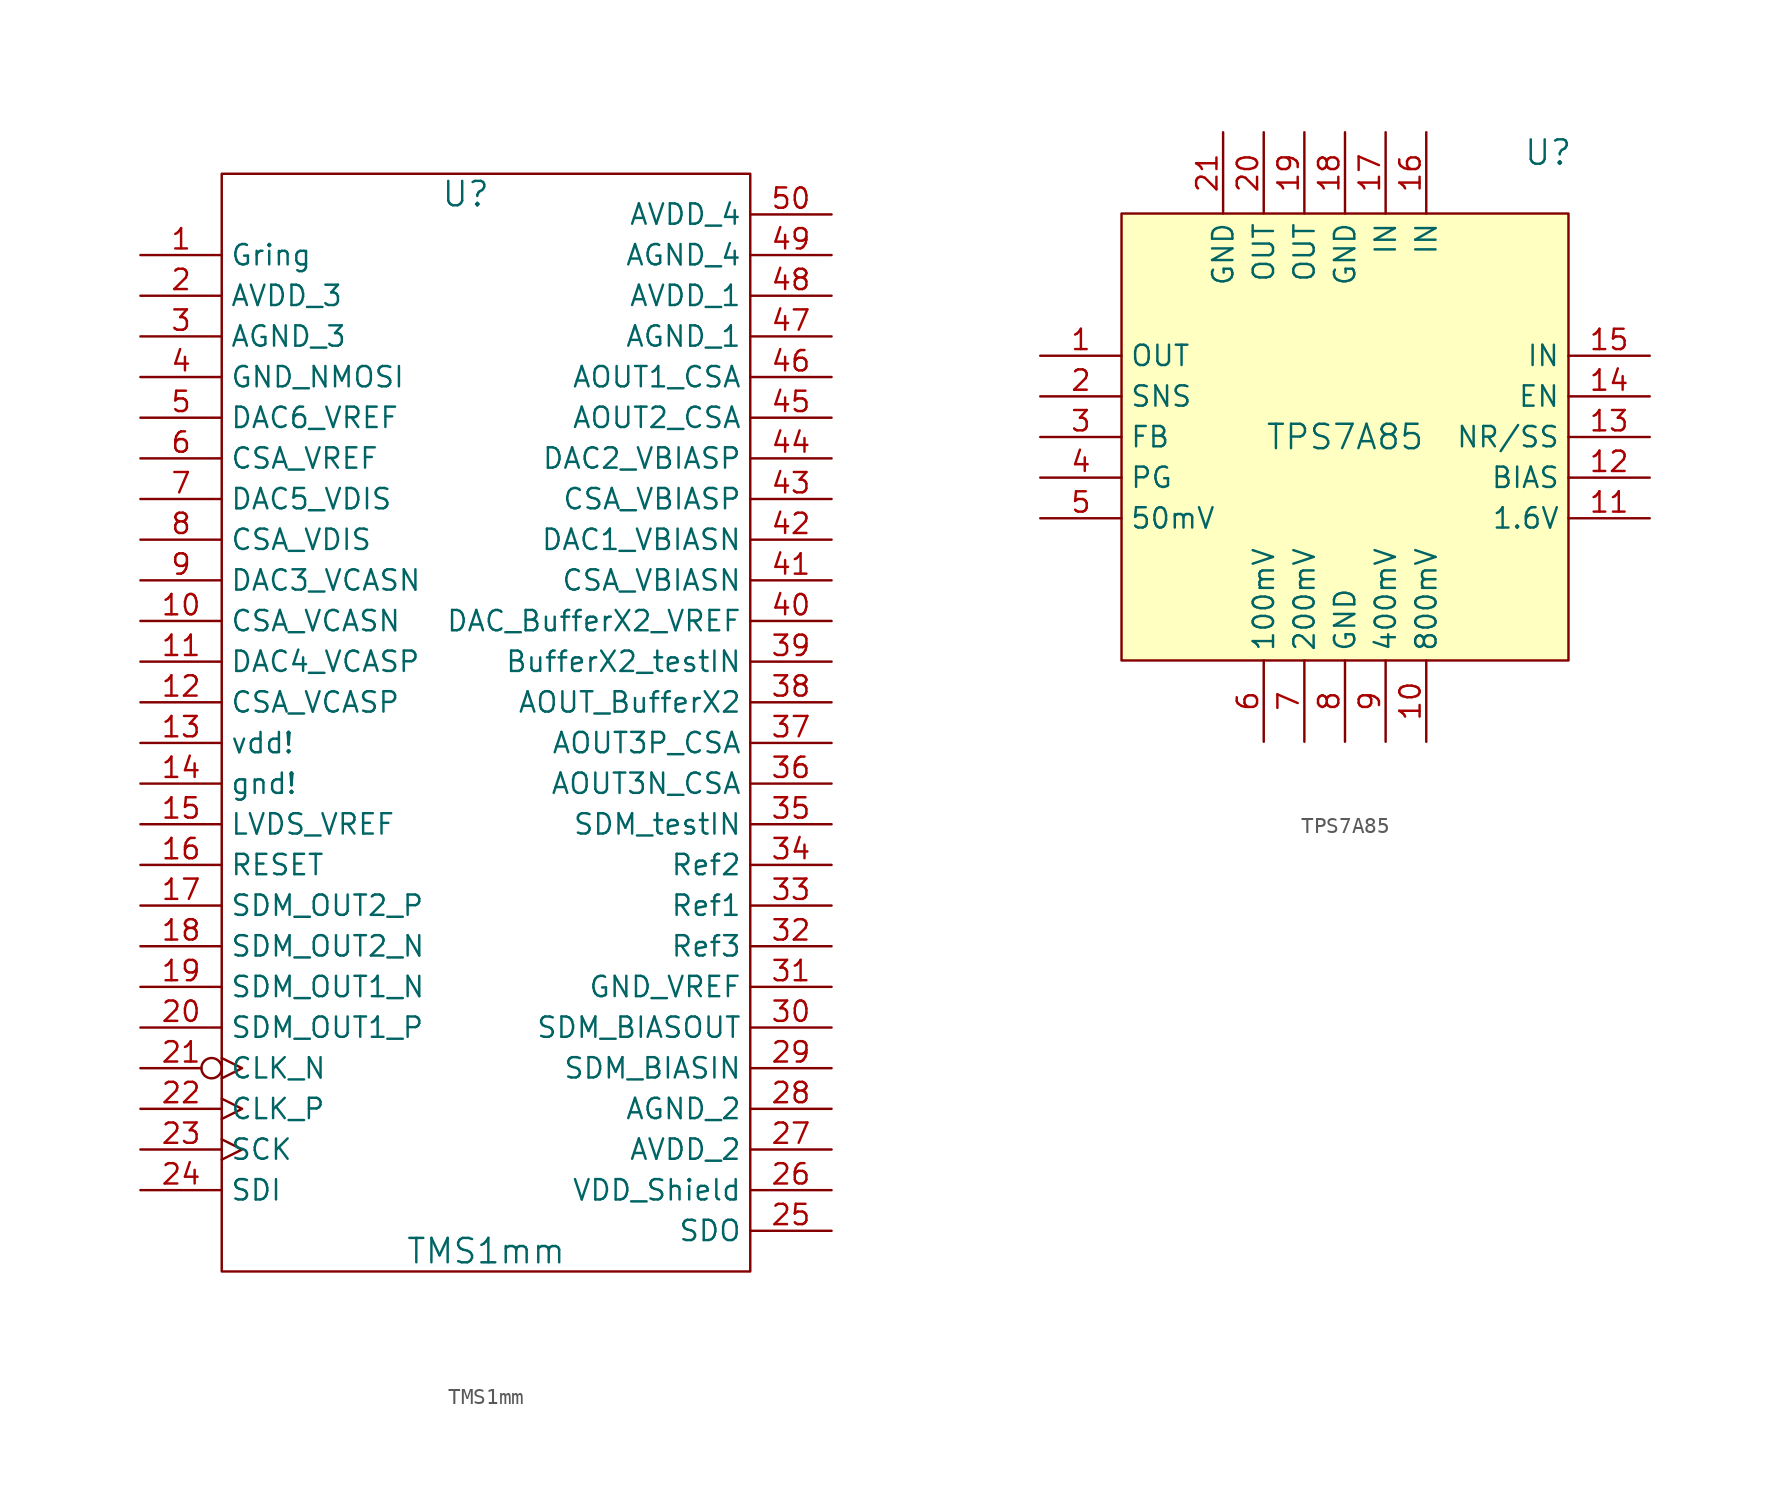
<source format=kicad_sym>
(kicad_symbol_lib
  (version 20241209)
  (generator "kicad_symbol_editor")
  (generator_version "9.0")
  (symbol "TMS1mm"
    (property "Reference" "U"
      (at -1.27 33.02 0)
      (effects (font (size 1.524 1.524))))
    (property "Value" "TMS1mm"
      (at 0 -33.02 0)
      (effects (font (size 1.524 1.524))))
    (property "Footprint" ""
      (at 0 0 0)
      (effects (font (size 1.524 1.524))))
    (property "Datasheet" ""
      (at 0 0 0)
      (effects (font (size 1.524 1.524))))
    (symbol "TMS1mm_1_1"
      (rectangle (start -16.51 34.29) (end 16.51 -34.29) (stroke (width 0) (type default)) (fill (type none)))
      (pin input line (at -21.59 29.21 0) (length 5.08) (name "Gring" (effects (font (size 1.27 1.27)))) (number "1" (effects (font (size 1.27 1.27)))))
      (pin power_in line (at -21.59 26.67 0) (length 5.08) (name "AVDD_3" (effects (font (size 1.27 1.27)))) (number "2" (effects (font (size 1.27 1.27)))))
      (pin power_in line (at -21.59 24.13 0) (length 5.08) (name "AGND_3" (effects (font (size 1.27 1.27)))) (number "3" (effects (font (size 1.27 1.27)))))
      (pin input line (at -21.59 21.59 0) (length 5.08) (name "GND_NMOSI" (effects (font (size 1.27 1.27)))) (number "4" (effects (font (size 1.27 1.27)))))
      (pin output line (at -21.59 19.05 0) (length 5.08) (name "DAC6_VREF" (effects (font (size 1.27 1.27)))) (number "5" (effects (font (size 1.27 1.27)))))
      (pin input line (at -21.59 16.51 0) (length 5.08) (name "CSA_VREF" (effects (font (size 1.27 1.27)))) (number "6" (effects (font (size 1.27 1.27)))))
      (pin output line (at -21.59 13.97 0) (length 5.08) (name "DAC5_VDIS" (effects (font (size 1.27 1.27)))) (number "7" (effects (font (size 1.27 1.27)))))
      (pin input line (at -21.59 11.43 0) (length 5.08) (name "CSA_VDIS" (effects (font (size 1.27 1.27)))) (number "8" (effects (font (size 1.27 1.27)))))
      (pin output line (at -21.59 8.89 0) (length 5.08) (name "DAC3_VCASN" (effects (font (size 1.27 1.27)))) (number "9" (effects (font (size 1.27 1.27)))))
      (pin input line (at -21.59 6.35 0) (length 5.08) (name "CSA_VCASN" (effects (font (size 1.27 1.27)))) (number "10" (effects (font (size 1.27 1.27)))))
      (pin output line (at -21.59 3.81 0) (length 5.08) (name "DAC4_VCASP" (effects (font (size 1.27 1.27)))) (number "11" (effects (font (size 1.27 1.27)))))
      (pin input line (at -21.59 1.27 0) (length 5.08) (name "CSA_VCASP" (effects (font (size 1.27 1.27)))) (number "12" (effects (font (size 1.27 1.27)))))
      (pin power_in line (at -21.59 -1.27 0) (length 5.08) (name "vdd!" (effects (font (size 1.27 1.27)))) (number "13" (effects (font (size 1.27 1.27)))))
      (pin power_in line (at -21.59 -3.81 0) (length 5.08) (name "gnd!" (effects (font (size 1.27 1.27)))) (number "14" (effects (font (size 1.27 1.27)))))
      (pin input line (at -21.59 -6.35 0) (length 5.08) (name "LVDS_VREF" (effects (font (size 1.27 1.27)))) (number "15" (effects (font (size 1.27 1.27)))))
      (pin input line (at -21.59 -8.89 0) (length 5.08) (name "RESET" (effects (font (size 1.27 1.27)))) (number "16" (effects (font (size 1.27 1.27)))))
      (pin output line (at -21.59 -11.43 0) (length 5.08) (name "SDM_OUT2_P" (effects (font (size 1.27 1.27)))) (number "17" (effects (font (size 1.27 1.27)))))
      (pin output line (at -21.59 -13.97 0) (length 5.08) (name "SDM_OUT2_N" (effects (font (size 1.27 1.27)))) (number "18" (effects (font (size 1.27 1.27)))))
      (pin output line (at -21.59 -16.51 0) (length 5.08) (name "SDM_OUT1_N" (effects (font (size 1.27 1.27)))) (number "19" (effects (font (size 1.27 1.27)))))
      (pin output line (at -21.59 -19.05 0) (length 5.08) (name "SDM_OUT1_P" (effects (font (size 1.27 1.27)))) (number "20" (effects (font (size 1.27 1.27)))))
      (pin input inverted_clock (at -21.59 -21.59 0) (length 5.08) (name "CLK_N" (effects (font (size 1.27 1.27)))) (number "21" (effects (font (size 1.27 1.27)))))
      (pin input clock (at -21.59 -24.13 0) (length 5.08) (name "CLK_P" (effects (font (size 1.27 1.27)))) (number "22" (effects (font (size 1.27 1.27)))))
      (pin input clock (at -21.59 -26.67 0) (length 5.08) (name "SCK" (effects (font (size 1.27 1.27)))) (number "23" (effects (font (size 1.27 1.27)))))
      (pin input line (at -21.59 -29.21 0) (length 5.08) (name "SDI" (effects (font (size 1.27 1.27)))) (number "24" (effects (font (size 1.27 1.27)))))
      (pin power_in line (at 21.59 31.75 180) (length 5.08) (name "AVDD_4" (effects (font (size 1.27 1.27)))) (number "50" (effects (font (size 1.27 1.27)))))
      (pin power_in line (at 21.59 29.21 180) (length 5.08) (name "AGND_4" (effects (font (size 1.27 1.27)))) (number "49" (effects (font (size 1.27 1.27)))))
      (pin power_in line (at 21.59 26.67 180) (length 5.08) (name "AVDD_1" (effects (font (size 1.27 1.27)))) (number "48" (effects (font (size 1.27 1.27)))))
      (pin power_in line (at 21.59 24.13 180) (length 5.08) (name "AGND_1" (effects (font (size 1.27 1.27)))) (number "47" (effects (font (size 1.27 1.27)))))
      (pin output line (at 21.59 21.59 180) (length 5.08) (name "AOUT1_CSA" (effects (font (size 1.27 1.27)))) (number "46" (effects (font (size 1.27 1.27)))))
      (pin output line (at 21.59 19.05 180) (length 5.08) (name "AOUT2_CSA" (effects (font (size 1.27 1.27)))) (number "45" (effects (font (size 1.27 1.27)))))
      (pin output line (at 21.59 16.51 180) (length 5.08) (name "DAC2_VBIASP" (effects (font (size 1.27 1.27)))) (number "44" (effects (font (size 1.27 1.27)))))
      (pin input line (at 21.59 13.97 180) (length 5.08) (name "CSA_VBIASP" (effects (font (size 1.27 1.27)))) (number "43" (effects (font (size 1.27 1.27)))))
      (pin output line (at 21.59 11.43 180) (length 5.08) (name "DAC1_VBIASN" (effects (font (size 1.27 1.27)))) (number "42" (effects (font (size 1.27 1.27)))))
      (pin input line (at 21.59 8.89 180) (length 5.08) (name "CSA_VBIASN" (effects (font (size 1.27 1.27)))) (number "41" (effects (font (size 1.27 1.27)))))
      (pin input line (at 21.59 6.35 180) (length 5.08) (name "DAC_BufferX2_VREF" (effects (font (size 1.27 1.27)))) (number "40" (effects (font (size 1.27 1.27)))))
      (pin input line (at 21.59 3.81 180) (length 5.08) (name "BufferX2_testIN" (effects (font (size 1.27 1.27)))) (number "39" (effects (font (size 1.27 1.27)))))
      (pin output line (at 21.59 1.27 180) (length 5.08) (name "AOUT_BufferX2" (effects (font (size 1.27 1.27)))) (number "38" (effects (font (size 1.27 1.27)))))
      (pin output line (at 21.59 -1.27 180) (length 5.08) (name "AOUT3P_CSA" (effects (font (size 1.27 1.27)))) (number "37" (effects (font (size 1.27 1.27)))))
      (pin output line (at 21.59 -3.81 180) (length 5.08) (name "AOUT3N_CSA" (effects (font (size 1.27 1.27)))) (number "36" (effects (font (size 1.27 1.27)))))
      (pin input line (at 21.59 -6.35 180) (length 5.08) (name "SDM_testIN" (effects (font (size 1.27 1.27)))) (number "35" (effects (font (size 1.27 1.27)))))
      (pin input line (at 21.59 -8.89 180) (length 5.08) (name "Ref2" (effects (font (size 1.27 1.27)))) (number "34" (effects (font (size 1.27 1.27)))))
      (pin input line (at 21.59 -11.43 180) (length 5.08) (name "Ref1" (effects (font (size 1.27 1.27)))) (number "33" (effects (font (size 1.27 1.27)))))
      (pin input line (at 21.59 -13.97 180) (length 5.08) (name "Ref3" (effects (font (size 1.27 1.27)))) (number "32" (effects (font (size 1.27 1.27)))))
      (pin input line (at 21.59 -16.51 180) (length 5.08) (name "GND_VREF" (effects (font (size 1.27 1.27)))) (number "31" (effects (font (size 1.27 1.27)))))
      (pin output line (at 21.59 -19.05 180) (length 5.08) (name "SDM_BIASOUT" (effects (font (size 1.27 1.27)))) (number "30" (effects (font (size 1.27 1.27)))))
      (pin input line (at 21.59 -21.59 180) (length 5.08) (name "SDM_BIASIN" (effects (font (size 1.27 1.27)))) (number "29" (effects (font (size 1.27 1.27)))))
      (pin power_in line (at 21.59 -24.13 180) (length 5.08) (name "AGND_2" (effects (font (size 1.27 1.27)))) (number "28" (effects (font (size 1.27 1.27)))))
      (pin power_in line (at 21.59 -26.67 180) (length 5.08) (name "AVDD_2" (effects (font (size 1.27 1.27)))) (number "27" (effects (font (size 1.27 1.27)))))
      (pin input line (at 21.59 -29.21 180) (length 5.08) (name "VDD_Shield" (effects (font (size 1.27 1.27)))) (number "26" (effects (font (size 1.27 1.27)))))
      (pin output line (at 21.59 -31.75 180) (length 5.08) (name "SDO" (effects (font (size 1.27 1.27)))) (number "25" (effects (font (size 1.27 1.27)))))))
  (symbol "TPS7A85"
    (property "Reference" "U"
      (at 12.7 17.78 0)
      (effects (font (size 1.524 1.524))))
    (property "Value" "TPS7A85"
      (at 0 0 0)
      (effects (font (size 1.524 1.524))))
    (property "Footprint" ""
      (at 0 0 0)
      (effects (font (size 1.524 1.524))))
    (property "Datasheet" ""
      (at 0 0 0)
      (effects (font (size 1.524 1.524))))
    (symbol "TPS7A85_0_1"
      (rectangle (start -13.97 13.97) (end 13.97 -13.97) (stroke (width 0) (type default)) (fill (type background))))
    (symbol "TPS7A85_1_1"
      (pin power_out line (at -19.05 5.08 0) (length 5.08) (name "OUT" (effects (font (size 1.27 1.27)))) (number "1" (effects (font (size 1.27 1.27)))))
      (pin input line (at -19.05 2.54 0) (length 5.08) (name "SNS" (effects (font (size 1.27 1.27)))) (number "2" (effects (font (size 1.27 1.27)))))
      (pin input line (at -19.05 0 0) (length 5.08) (name "FB" (effects (font (size 1.27 1.27)))) (number "3" (effects (font (size 1.27 1.27)))))
      (pin output line (at -19.05 -2.54 0) (length 5.08) (name "PG" (effects (font (size 1.27 1.27)))) (number "4" (effects (font (size 1.27 1.27)))))
      (pin input line (at -19.05 -5.08 0) (length 5.08) (name "50mV" (effects (font (size 1.27 1.27)))) (number "5" (effects (font (size 1.27 1.27)))))
      (pin power_in line (at -7.62 19.05 270) (length 5.08) (name "GND" (effects (font (size 1.27 1.27)))) (number "21" (effects (font (size 1.27 1.27)))))
      (pin passive line (at -5.08 19.05 270) (length 5.08) (name "OUT" (effects (font (size 1.27 1.27)))) (number "20" (effects (font (size 1.27 1.27)))))
      (pin input line (at -5.08 -19.05 90) (length 5.08) (name "100mV" (effects (font (size 1.27 1.27)))) (number "6" (effects (font (size 1.27 1.27)))))
      (pin passive line (at -2.54 19.05 270) (length 5.08) (name "OUT" (effects (font (size 1.27 1.27)))) (number "19" (effects (font (size 1.27 1.27)))))
      (pin input line (at -2.54 -19.05 90) (length 5.08) (name "200mV" (effects (font (size 1.27 1.27)))) (number "7" (effects (font (size 1.27 1.27)))))
      (pin power_in line (at 0 19.05 270) (length 5.08) (name "GND" (effects (font (size 1.27 1.27)))) (number "18" (effects (font (size 1.27 1.27)))))
      (pin power_in line (at 0 -19.05 90) (length 5.08) (name "GND" (effects (font (size 1.27 1.27)))) (number "8" (effects (font (size 1.27 1.27)))))
      (pin input line (at 2.54 19.05 270) (length 5.08) (name "IN" (effects (font (size 1.27 1.27)))) (number "17" (effects (font (size 1.27 1.27)))))
      (pin input line (at 2.54 -19.05 90) (length 5.08) (name "400mV" (effects (font (size 1.27 1.27)))) (number "9" (effects (font (size 1.27 1.27)))))
      (pin input line (at 5.08 19.05 270) (length 5.08) (name "IN" (effects (font (size 1.27 1.27)))) (number "16" (effects (font (size 1.27 1.27)))))
      (pin input line (at 5.08 -19.05 90) (length 5.08) (name "800mV" (effects (font (size 1.27 1.27)))) (number "10" (effects (font (size 1.27 1.27)))))
      (pin input line (at 19.05 5.08 180) (length 5.08) (name "IN" (effects (font (size 1.27 1.27)))) (number "15" (effects (font (size 1.27 1.27)))))
      (pin input line (at 19.05 2.54 180) (length 5.08) (name "EN" (effects (font (size 1.27 1.27)))) (number "14" (effects (font (size 1.27 1.27)))))
      (pin output line (at 19.05 0 180) (length 5.08) (name "NR/SS" (effects (font (size 1.27 1.27)))) (number "13" (effects (font (size 1.27 1.27)))))
      (pin input line (at 19.05 -2.54 180) (length 5.08) (name "BIAS" (effects (font (size 1.27 1.27)))) (number "12" (effects (font (size 1.27 1.27)))))
      (pin input line (at 19.05 -5.08 180) (length 5.08) (name "1.6V" (effects (font (size 1.27 1.27)))) (number "11" (effects (font (size 1.27 1.27))))))))
</source>
